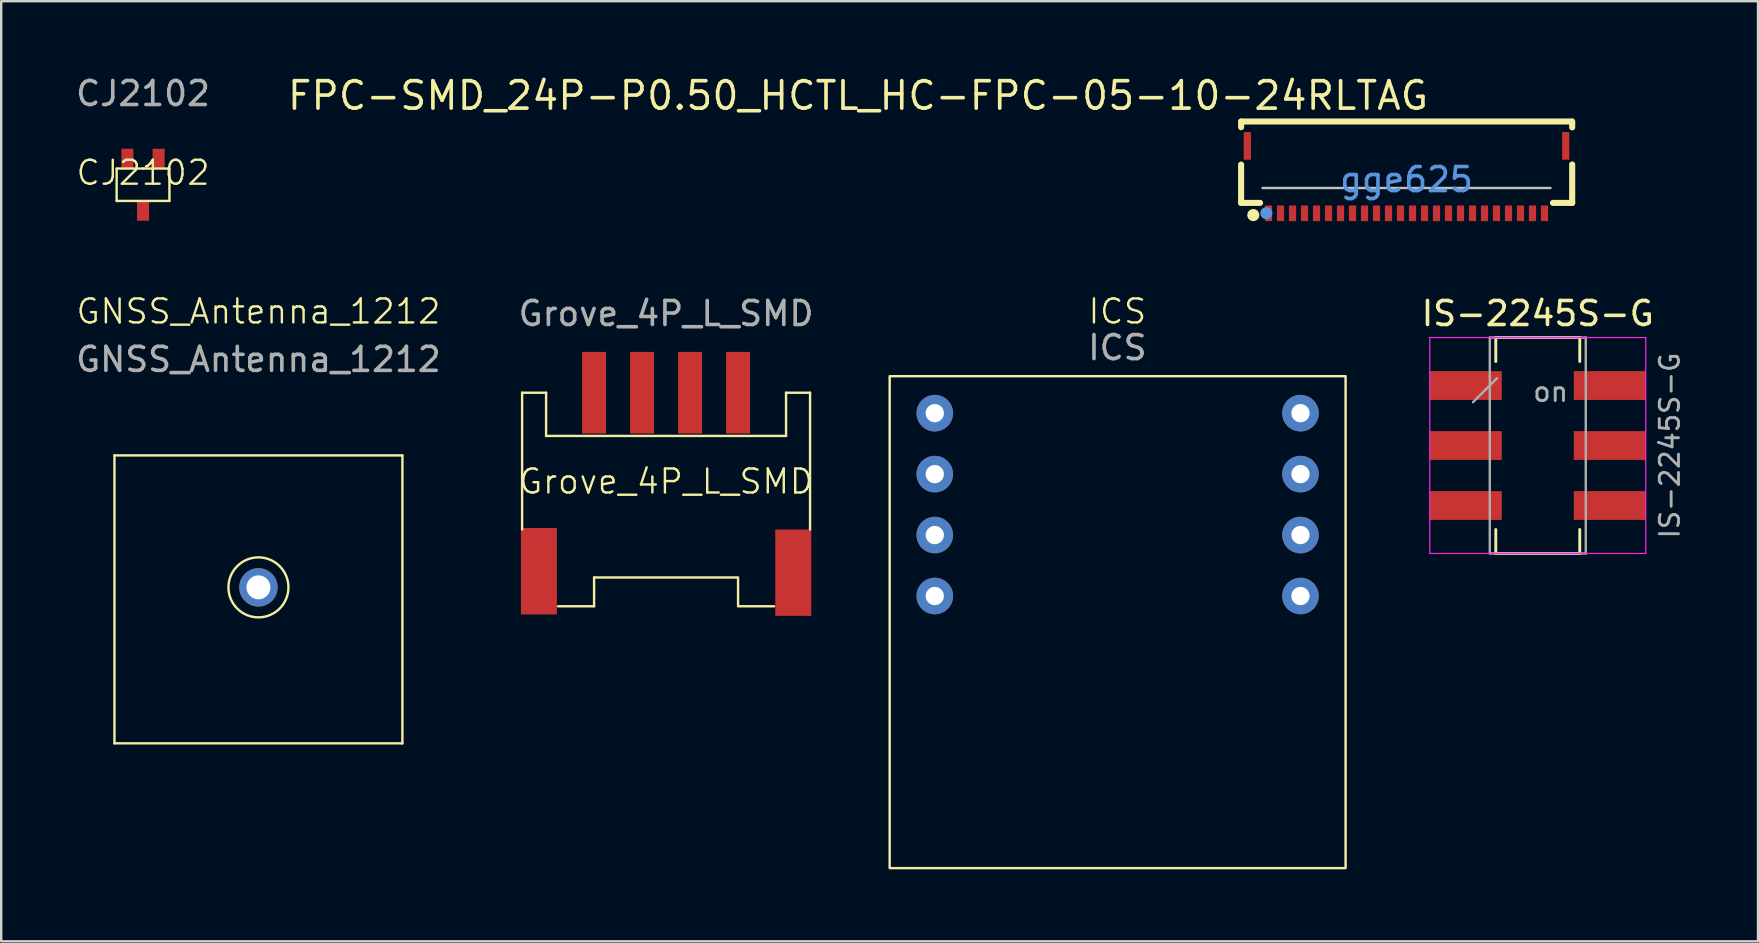
<source format=kicad_pcb>
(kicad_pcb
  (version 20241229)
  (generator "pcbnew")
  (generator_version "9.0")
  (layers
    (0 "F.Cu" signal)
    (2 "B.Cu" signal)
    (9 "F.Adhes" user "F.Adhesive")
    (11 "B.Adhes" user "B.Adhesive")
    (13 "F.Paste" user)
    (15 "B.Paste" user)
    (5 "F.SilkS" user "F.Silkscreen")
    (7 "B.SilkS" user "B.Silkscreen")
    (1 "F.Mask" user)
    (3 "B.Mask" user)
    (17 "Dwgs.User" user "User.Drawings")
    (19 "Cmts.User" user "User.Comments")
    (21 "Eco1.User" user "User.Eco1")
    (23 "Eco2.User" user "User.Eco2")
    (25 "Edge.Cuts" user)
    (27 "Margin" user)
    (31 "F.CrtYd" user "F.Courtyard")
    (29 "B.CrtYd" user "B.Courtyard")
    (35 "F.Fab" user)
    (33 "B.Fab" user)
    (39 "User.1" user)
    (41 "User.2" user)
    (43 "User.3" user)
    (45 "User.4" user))
  (footprint "ICS"
    (layer "F.Cu")
    (at 43.526 17.628)
    (property "Reference" "ICS" (at -0.01 -7.7 0) (unlocked yes) (layer "F.SilkS") (effects (font (size 1 1) (thickness 0.1))))
    (attr through_hole)
    (fp_rect (start -9.5 -5) (end 9.5 15.5) (stroke (width 0.1) (type default)) (fill no) (layer "F.SilkS"))
    (fp_text user "${REFERENCE}" (at -0.01 -6.19 0) (unlocked yes) (layer "F.Fab") (effects (font (size 1 1) (thickness 0.15))))
    (pad "1" thru_hole circle (at -7.62 -3.46) (size 1.524 1.524) (drill 0.762) (layers "*.Cu" "*.Mask"))
    (pad "2" thru_hole circle (at -7.62 -0.92) (size 1.524 1.524) (drill 0.762) (layers "*.Cu" "*.Mask"))
    (pad "3" thru_hole circle (at -7.62 1.62) (size 1.524 1.524) (drill 0.762) (layers "*.Cu" "*.Mask"))
    (pad "4" thru_hole circle (at 7.62 -3.46) (size 1.524 1.524) (drill 0.762) (layers "*.Cu" "*.Mask"))
    (pad "5" thru_hole circle (at 7.62 -0.92) (size 1.524 1.524) (drill 0.762) (layers "*.Cu" "*.Mask"))
    (pad "6" thru_hole circle (at 7.62 1.62) (size 1.524 1.524) (drill 0.762) (layers "*.Cu" "*.Mask"))
    (pad "7" thru_hole circle (at -7.62 4.16) (size 1.524 1.524) (drill 0.762) (layers "*.Cu" "*.Mask"))
    (pad "8" thru_hole circle (at 7.62 4.16) (size 1.524 1.524) (drill 0.762) (layers "*.Cu" "*.Mask")))
  (footprint "IS-2245S-G"
    (layer "F.Cu")
    (at 61.035 15.516)
    (property "Reference" "IS-2245S-G" (at 0 -5.5 0) (layer "F.SilkS") (effects (font (size 1 1) (thickness 0.15))))
    (attr smd)
    (fp_line (start -1.75 -4.5) (end -1.75 -3.5) (stroke (width 0.12) (type solid)) (layer "F.SilkS"))
    (fp_line (start -1.75 -4.5) (end 1.75 -4.5) (stroke (width 0.12) (type solid)) (layer "F.SilkS"))
    (fp_line (start -1.75 3.5) (end -1.75 4.5) (stroke (width 0.12) (type solid)) (layer "F.SilkS"))
    (fp_line (start -1.75 4.5) (end 1.75 4.5) (stroke (width 0.12) (type solid)) (layer "F.SilkS"))
    (fp_line (start 1.75 -4.5) (end 1.75 -3.5) (stroke (width 0.12) (type solid)) (layer "F.SilkS"))
    (fp_line (start 1.75 3.5) (end 1.75 4.5) (stroke (width 0.12) (type solid)) (layer "F.SilkS"))
    (fp_line (start -4.5 -4.5) (end -4.5 4.5) (stroke (width 0.05) (type solid)) (layer "F.CrtYd"))
    (fp_line (start -4.5 4.5) (end 4.5 4.5) (stroke (width 0.05) (type solid)) (layer "F.CrtYd"))
    (fp_line (start 4.5 -4.5) (end -4.5 -4.5) (stroke (width 0.05) (type solid)) (layer "F.CrtYd"))
    (fp_line (start 4.5 4.5) (end 4.5 -4.5) (stroke (width 0.05) (type solid)) (layer "F.CrtYd"))
    (fp_line (start -2.7 -1.805) (end -1.7 -2.805) (stroke (width 0.1) (type solid)) (layer "F.Fab"))
    (fp_line (start -2 -4.5) (end 2 -4.5) (stroke (width 0.1) (type solid)) (layer "F.Fab"))
    (fp_line (start -2 4.5) (end -2 -4.5) (stroke (width 0.1) (type solid)) (layer "F.Fab"))
    (fp_line (start 2 -4.5) (end 2 4.5) (stroke (width 0.1) (type solid)) (layer "F.Fab"))
    (fp_line (start 2 4.5) (end -2 4.5) (stroke (width 0.1) (type solid)) (layer "F.Fab"))
    (fp_text user "on" (at 0.537 -2.237 0) (layer "F.Fab") (effects (font (size 0.8 0.8) (thickness 0.12))))
    (fp_text user "${REFERENCE}" (at 5.5 0 90) (layer "F.Fab") (effects (font (size 0.8 0.8) (thickness 0.12))))
    (pad "1" smd rect (at -3 -2.5) (size 3 1.2) (layers "F.Cu" "F.Mask" "F.Paste"))
    (pad "2" smd rect (at -3 0) (size 3 1.2) (layers "F.Cu" "F.Mask" "F.Paste"))
    (pad "3" smd rect (at -3 2.5) (size 3 1.2) (layers "F.Cu" "F.Mask" "F.Paste"))
    (pad "4" smd rect (at 3 -2.5) (size 3 1.2) (layers "F.Cu" "F.Mask" "F.Paste"))
    (pad "5" smd rect (at 3 0) (size 3 1.2) (layers "F.Cu" "F.Mask" "F.Paste"))
    (pad "6" smd rect (at 3 2.5) (size 3 1.2) (layers "F.Cu" "F.Mask" "F.Paste")))
  (footprint "CJ2102"
    (layer "F.Cu")
    (at 2.911 4.648)
    (property "Reference" "CJ2102" (at 0 -0.5 0) (unlocked yes) (layer "F.SilkS") (effects (font (size 1 1) (thickness 0.1))))
    (attr smd)
    (fp_line (start -1.1 -0.675) (end -1.1 0.675) (stroke (width 0.1) (type default)) (layer "F.SilkS"))
    (fp_line (start -1.1 0.675) (end 1.1 0.675) (stroke (width 0.1) (type default)) (layer "F.SilkS"))
    (fp_line (start 0 -0.675) (end -1.1 -0.675) (stroke (width 0.1) (type default)) (layer "F.SilkS"))
    (fp_line (start 1.1 -0.675) (end 0 -0.675) (stroke (width 0.1) (type default)) (layer "F.SilkS"))
    (fp_line (start 1.1 0.675) (end 1.1 -0.675) (stroke (width 0.1) (type default)) (layer "F.SilkS"))
    (fp_text user "${REFERENCE}" (at 0 -3.8 0) (unlocked yes) (layer "F.Fab") (effects (font (size 1 1) (thickness 0.15))))
    (pad "1" smd rect (at 0.65 -1.1) (size 0.5 0.8) (layers "F.Cu" "F.Mask" "F.Paste"))
    (pad "2" smd rect (at -0.65 -1.1) (size 0.5 0.8) (layers "F.Cu" "F.Mask" "F.Paste"))
    (pad "3" smd rect (at 0 1.1) (size 0.5 0.8) (layers "F.Cu" "F.Mask" "F.Paste")))
  (footprint "Grove_4P_L_SMD"
    (layer "F.Cu")
    (at 24.708 17.016)
    (property "Reference" "Grove_4P_L_SMD" (at 0 0 0) (unlocked yes) (layer "F.SilkS") (effects (font (size 1 1) (thickness 0.1))))
    (attr smd)
    (fp_line (start -6 -3.7) (end -6 2) (stroke (width 0.1) (type default)) (layer "F.SilkS"))
    (fp_line (start -5 -3.7) (end -6 -3.7) (stroke (width 0.1) (type default)) (layer "F.SilkS"))
    (fp_line (start -5 -1.9) (end -5 -3.7) (stroke (width 0.1) (type default)) (layer "F.SilkS"))
    (fp_line (start -3 4) (end -3 5.2) (stroke (width 0.1) (type default)) (layer "F.SilkS"))
    (fp_line (start -3 4) (end 3 4) (stroke (width 0.1) (type default)) (layer "F.SilkS"))
    (fp_line (start -3 5.2) (end -4.5 5.2) (stroke (width 0.1) (type default)) (layer "F.SilkS"))
    (fp_line (start 3 4.05) (end 3 5.15) (stroke (width 0.1) (type default)) (layer "F.SilkS"))
    (fp_line (start 3 5.2) (end 4.5 5.2) (stroke (width 0.1) (type default)) (layer "F.SilkS"))
    (fp_line (start 5 -3.7) (end 5 -1.9) (stroke (width 0.1) (type default)) (layer "F.SilkS"))
    (fp_line (start 5 -1.9) (end -5 -1.9) (stroke (width 0.1) (type default)) (layer "F.SilkS"))
    (fp_line (start 6 -3.7) (end 5 -3.7) (stroke (width 0.1) (type default)) (layer "F.SilkS"))
    (fp_line (start 6 -3.7) (end 6 2) (stroke (width 0.1) (type default)) (layer "F.SilkS"))
    (fp_text user "${REFERENCE}" (at 0 -7 0) (unlocked yes) (layer "F.Fab") (effects (font (size 1 1) (thickness 0.15))))
    (pad "1" smd rect (at 3 -3.7) (size 1 3.4) (layers "F.Cu" "F.Mask" "F.Paste"))
    (pad "2" smd rect (at 1 -3.7) (size 1 3.4) (layers "F.Cu" "F.Mask" "F.Paste"))
    (pad "3" smd rect (at -1 -3.7) (size 1 3.4) (layers "F.Cu" "F.Mask" "F.Paste"))
    (pad "4" smd rect (at -3 -3.7) (size 1 3.4) (layers "F.Cu" "F.Mask" "F.Paste"))
    (pad "MP" smd rect (at -5.3 3.74) (size 1.5 3.6) (layers "F.Cu" "F.Mask" "F.Paste"))
    (pad "MP" smd rect (at 5.3 3.8) (size 1.5 3.6) (layers "F.Cu" "F.Mask" "F.Paste")))
  (footprint "GNSS_Antenna_1212"
    (layer "F.Cu")
    (at 7.72 21.928)
    (property "Reference" "GNSS_Antenna_1212" (at 0 -12 0) (unlocked yes) (layer "F.SilkS") (effects (font (size 1 1) (thickness 0.1))))
    (attr through_hole)
    (fp_line (start -6 -6) (end 6 -6) (stroke (width 0.1) (type default)) (layer "F.SilkS"))
    (fp_line (start -6 6) (end -6 -6) (stroke (width 0.1) (type default)) (layer "F.SilkS"))
    (fp_line (start 6 -6) (end 6 6) (stroke (width 0.1) (type default)) (layer "F.SilkS"))
    (fp_line (start 6 6) (end -6 6) (stroke (width 0.1) (type default)) (layer "F.SilkS"))
    (fp_circle (center 0 -0.5) (end 1.25 -0.5) (stroke (width 0.1) (type default)) (fill no) (layer "F.SilkS"))
    (fp_text user "${REFERENCE}" (at 0 -10 0) (unlocked yes) (layer "F.Fab") (effects (font (size 1 1) (thickness 0.15))))
    (pad "1" thru_hole circle (at 0 -0.5) (size 1.6 1.6) (drill 1) (layers "*.Cu" "*.Mask")))
  (footprint "FPC-SMD_24P-P0.50_HCTL_HC-FPC-05-10-24RLTAG"
    (layer "F.Cu")
    (at 55.565 4.435)
    (property "Reference" "FPC-SMD_24P-P0.50_HCTL_HC-FPC-05-10-24RLTAG" (at 1 -3.5 0) (layer "F.SilkS") (effects (font (size 1.143 1.143) (thickness 0.152)) (justify right)))
    (attr smd)
    (fp_line (start -6.893 -2.184) (end -6.893 -2.421) (stroke (width 0.254) (type solid)) (layer "F.SilkS"))
    (fp_line (start -6.893 0.97) (end -6.893 -0.626) (stroke (width 0.254) (type solid)) (layer "F.SilkS"))
    (fp_line (start -6.893 0.97) (end -6.103 0.97) (stroke (width 0.254) (type solid)) (layer "F.SilkS"))
    (fp_line (start -6.885 -2.421) (end 6.885 -2.421) (stroke (width 0.254) (type solid)) (layer "F.SilkS"))
    (fp_line (start 6.103 0.97) (end 6.904 0.97) (stroke (width 0.254) (type solid)) (layer "F.SilkS"))
    (fp_line (start 6.904 -2.178) (end 6.904 -2.421) (stroke (width 0.254) (type solid)) (layer "F.SilkS"))
    (fp_line (start 6.904 0.97) (end 6.904 -0.632) (stroke (width 0.254) (type solid)) (layer "F.SilkS"))
    (fp_circle (center -6.385 1.478) (end -6.512 1.478) (stroke (width 0.254) (type solid)) (fill no) (layer "F.SilkS"))
    (fp_line (start -6 0.35) (end 6 0.35) (stroke (width 0.1) (type default)) (layer "Dwgs.User"))
    (fp_circle (center -5.842 1.397) (end -5.969 1.397) (stroke (width 0.254) (type solid)) (fill no) (layer "Cmts.User"))
    (fp_text user "gge625" (at 0 0 0) (layer "Cmts.User") (effects (font (size 1 1) (thickness 0.15))))
    (pad "1" smd rect (at -5.75 1.405) (size 0.3 0.65) (layers "F.Cu" "F.Mask" "F.Paste"))
    (pad "2" smd rect (at -5.25 1.405) (size 0.3 0.65) (layers "F.Cu" "F.Mask" "F.Paste"))
    (pad "3" smd rect (at -4.75 1.405) (size 0.3 0.65) (layers "F.Cu" "F.Mask" "F.Paste"))
    (pad "4" smd rect (at -4.25 1.405) (size 0.3 0.65) (layers "F.Cu" "F.Mask" "F.Paste"))
    (pad "5" smd rect (at -3.75 1.405) (size 0.3 0.65) (layers "F.Cu" "F.Mask" "F.Paste"))
    (pad "6" smd rect (at -3.25 1.405) (size 0.3 0.65) (layers "F.Cu" "F.Mask" "F.Paste"))
    (pad "7" smd rect (at -2.75 1.405) (size 0.3 0.65) (layers "F.Cu" "F.Mask" "F.Paste"))
    (pad "8" smd rect (at -2.25 1.405) (size 0.3 0.65) (layers "F.Cu" "F.Mask" "F.Paste"))
    (pad "9" smd rect (at -1.75 1.405) (size 0.3 0.65) (layers "F.Cu" "F.Mask" "F.Paste"))
    (pad "10" smd rect (at -1.25 1.405) (size 0.3 0.65) (layers "F.Cu" "F.Mask" "F.Paste"))
    (pad "11" smd rect (at -0.75 1.405) (size 0.3 0.65) (layers "F.Cu" "F.Mask" "F.Paste"))
    (pad "12" smd rect (at -0.25 1.405) (size 0.3 0.65) (layers "F.Cu" "F.Mask" "F.Paste"))
    (pad "13" smd rect (at 0.25 1.405) (size 0.3 0.65) (layers "F.Cu" "F.Mask" "F.Paste"))
    (pad "14" smd rect (at 0.75 1.405) (size 0.3 0.65) (layers "F.Cu" "F.Mask" "F.Paste"))
    (pad "15" smd rect (at 1.25 1.405) (size 0.3 0.65) (layers "F.Cu" "F.Mask" "F.Paste"))
    (pad "16" smd rect (at 1.75 1.405) (size 0.3 0.65) (layers "F.Cu" "F.Mask" "F.Paste"))
    (pad "17" smd rect (at 2.25 1.405) (size 0.3 0.65) (layers "F.Cu" "F.Mask" "F.Paste"))
    (pad "18" smd rect (at 2.75 1.405) (size 0.3 0.65) (layers "F.Cu" "F.Mask" "F.Paste"))
    (pad "19" smd rect (at 3.25 1.405) (size 0.3 0.65) (layers "F.Cu" "F.Mask" "F.Paste"))
    (pad "20" smd rect (at 3.75 1.405) (size 0.3 0.65) (layers "F.Cu" "F.Mask" "F.Paste"))
    (pad "21" smd rect (at 4.25 1.405) (size 0.3 0.65) (layers "F.Cu" "F.Mask" "F.Paste"))
    (pad "22" smd rect (at 4.75 1.405) (size 0.3 0.65) (layers "F.Cu" "F.Mask" "F.Paste"))
    (pad "23" smd rect (at 5.25 1.405) (size 0.3 0.65) (layers "F.Cu" "F.Mask" "F.Paste"))
    (pad "24" smd rect (at 5.75 1.405) (size 0.3 0.65) (layers "F.Cu" "F.Mask" "F.Paste"))
    (pad "SH" smd rect (at -6.635 -1.405) (size 0.3 1.15) (layers "F.Cu" "F.Mask" "F.Paste"))
    (pad "SH" smd rect (at 6.635 -1.405) (size 0.3 1.15) (layers "F.Cu" "F.Mask" "F.Paste")))
  (gr_rect
    (start -3 -3)
    (end 70.213 36.178)
    (stroke (width 0.1) (type default))
    (fill no)
    (layer "Edge.Cuts")))
</source>
